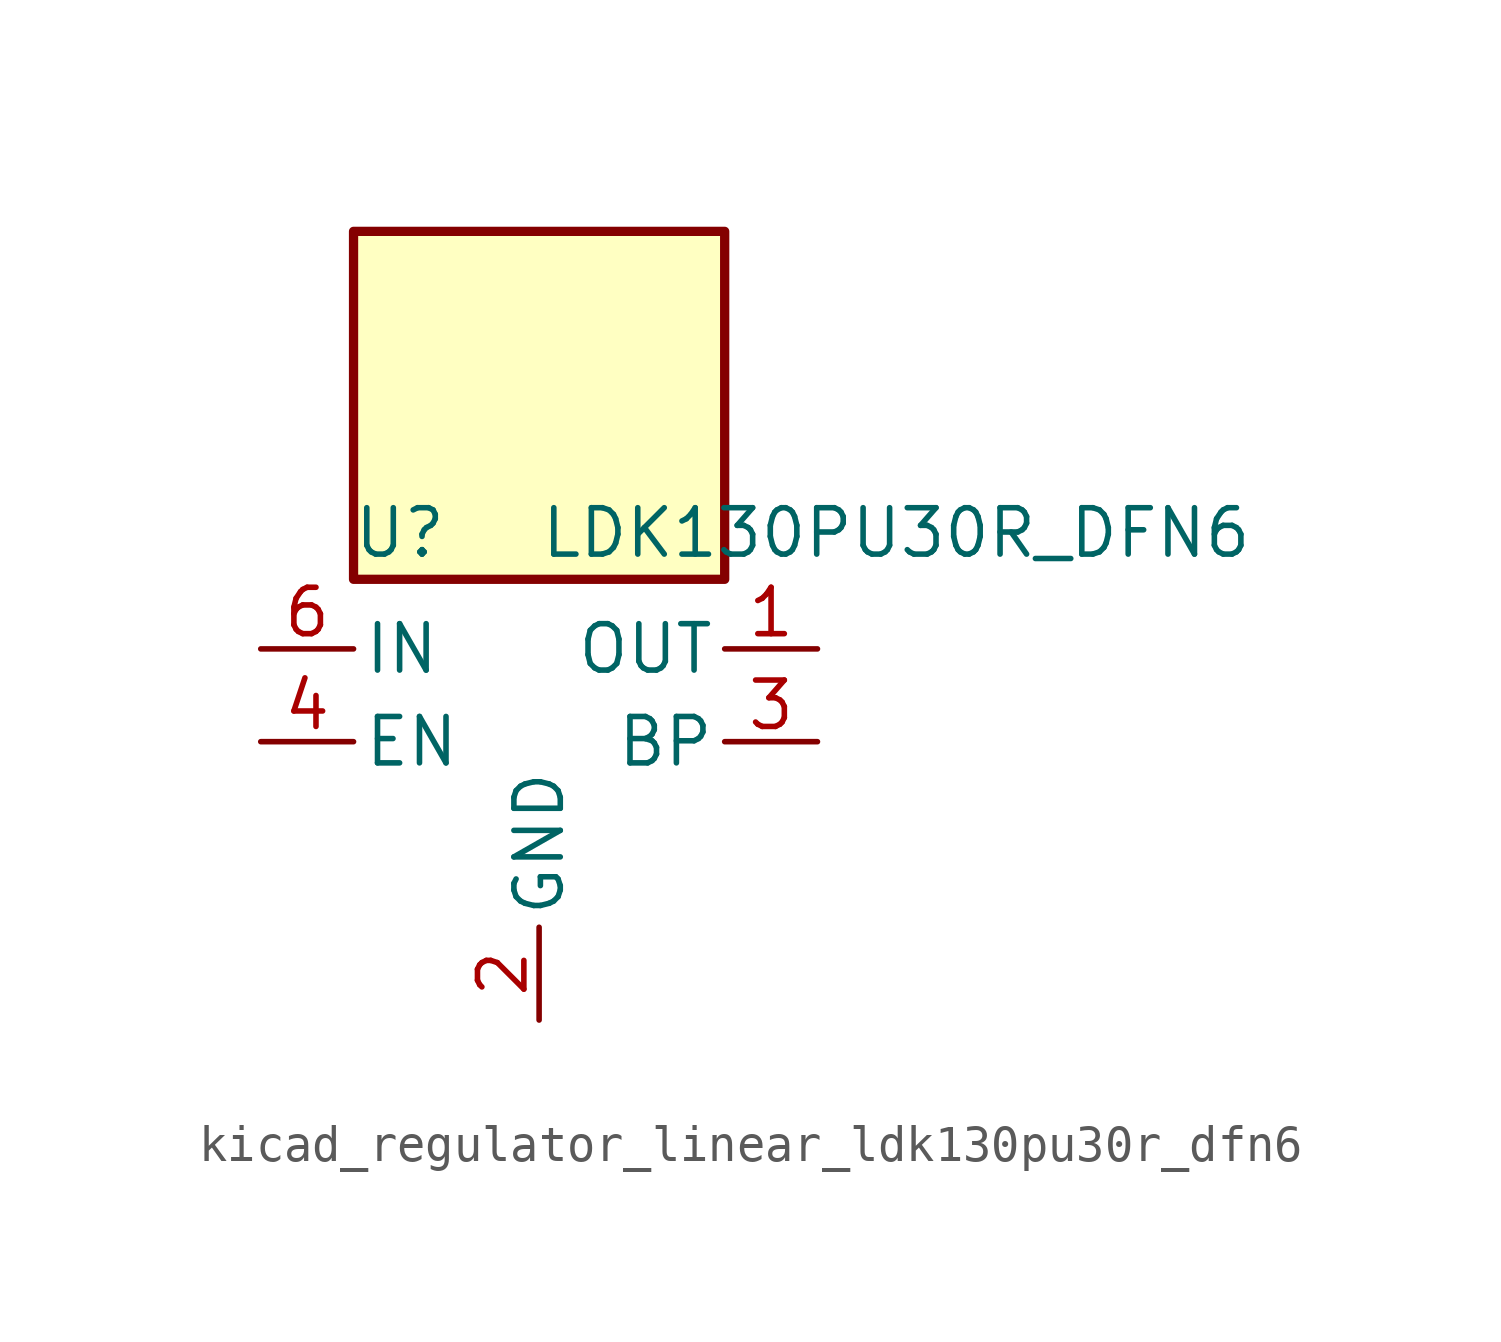
<source format=kicad_sym>
(kicad_symbol_lib
  (version 20220914)
  (generator kicad_symbol_editor)
  (symbol "kicad_regulator_linear_ldk130pu30r_dfn6"
    (pin_names
      (offset 0.254))
    (property "Reference" "U"
      (at -3.81 5.715 0)
      (effects (font (size 1.27 1.27))))
    (property "Value" "LDK130PU30R_DFN6"
      (at 0 5.715 0)
      (effects (font (size 1.27 1.27)) (justify left)))
    (symbol "kicad_regulator_linear_ldk130pu30r_dfn6_0_1"
      (rectangle (start 5.08 13.97) (end -5.08 4.445) (stroke (width 0.254) (type default)) (fill (type background))))
    (symbol "kicad_regulator_linear_ldk130pu30r_dfn6_1_1"
      (pin power_out line (at 7.62 2.54 180) (length 2.54) (name "OUT" (effects (font (size 1.27 1.27)))) (number "1" (effects (font (size 1.27 1.27)))))
      (pin power_in line (at 0 -7.62 90) (length 2.54) (name "GND" (effects (font (size 1.27 1.27)))) (number "2" (effects (font (size 1.27 1.27)))))
      (pin passive line (at 7.62 0 180) (length 2.54) (name "BP" (effects (font (size 1.27 1.27)))) (number "3" (effects (font (size 1.27 1.27)))))
      (pin input line (at -7.62 0 0) (length 2.54) (name "EN" (effects (font (size 1.27 1.27)))) (number "4" (effects (font (size 1.27 1.27)))))
      (pin no_connect line (at -5.08 -2.54 0) (length 2.54) hide (name "NC" (effects (font (size 1.27 1.27)))) (number "5" (effects (font (size 1.27 1.27)))))
      (pin power_in line (at -7.62 2.54 0) (length 2.54) (name "IN" (effects (font (size 1.27 1.27)))) (number "6" (effects (font (size 1.27 1.27))))))))
</source>
